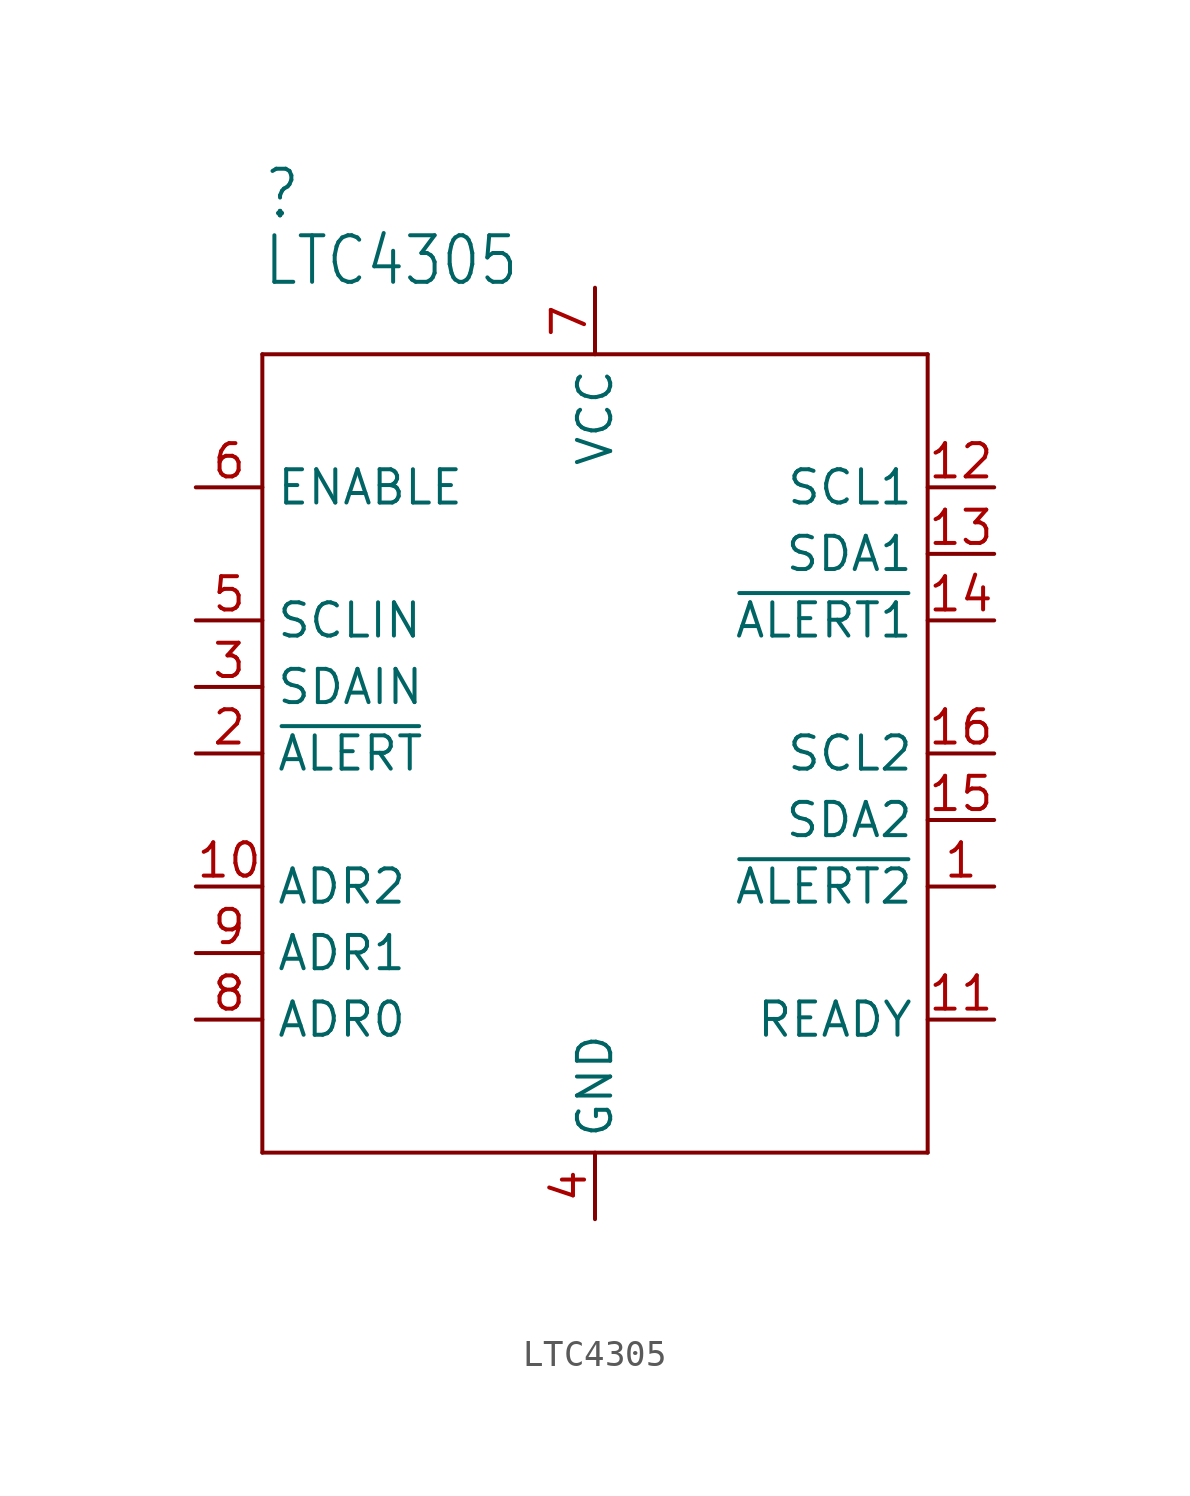
<source format=kicad_sym>
(kicad_symbol_lib
  (version 20220914)
  (generator kicad_symbol_editor)
  (symbol "LTC4305"
    (property "Reference" ""
      (at -12.7 20.32 0)
      (effects (font (size 1.778 1.511)) (justify left bottom)))
    (property "Value" "LTC4305"
      (at -12.7 17.78 0)
      (effects (font (size 1.778 1.511)) (justify left bottom)))
    (property "ki_locked" ""
      (at 0 0 0)
      (effects (font (size 1.27 1.27))))
    (symbol "LTC4305_1_0"
      (polyline (pts (xy -12.7 -15.24) (xy 12.7 -15.24)) (stroke (width 0.152) (type default)) (fill (type none)))
      (polyline (pts (xy -12.7 15.24) (xy -12.7 -15.24)) (stroke (width 0.152) (type default)) (fill (type none)))
      (polyline (pts (xy 12.7 -15.24) (xy 12.7 15.24)) (stroke (width 0.152) (type default)) (fill (type none)))
      (polyline (pts (xy 12.7 15.24) (xy -12.7 15.24)) (stroke (width 0.152) (type default)) (fill (type none)))
      (pin input line (at 15.24 -5.08 180) (length 2.54) (name "~{ALERT2}" (effects (font (size 1.27 1.27)))) (number "1" (effects (font (size 1.27 1.27)))))
      (pin input line (at -15.24 -5.08 0) (length 2.54) (name "ADR2" (effects (font (size 1.27 1.27)))) (number "10" (effects (font (size 1.27 1.27)))))
      (pin output line (at 15.24 -10.16 180) (length 2.54) (name "READY" (effects (font (size 1.27 1.27)))) (number "11" (effects (font (size 1.27 1.27)))))
      (pin bidirectional line (at 15.24 10.16 180) (length 2.54) (name "SCL1" (effects (font (size 1.27 1.27)))) (number "12" (effects (font (size 1.27 1.27)))))
      (pin bidirectional line (at 15.24 7.62 180) (length 2.54) (name "SDA1" (effects (font (size 1.27 1.27)))) (number "13" (effects (font (size 1.27 1.27)))))
      (pin input line (at 15.24 5.08 180) (length 2.54) (name "~{ALERT1}" (effects (font (size 1.27 1.27)))) (number "14" (effects (font (size 1.27 1.27)))))
      (pin bidirectional line (at 15.24 -2.54 180) (length 2.54) (name "SDA2" (effects (font (size 1.27 1.27)))) (number "15" (effects (font (size 1.27 1.27)))))
      (pin bidirectional line (at 15.24 0 180) (length 2.54) (name "SCL2" (effects (font (size 1.27 1.27)))) (number "16" (effects (font (size 1.27 1.27)))))
      (pin output line (at -15.24 0 0) (length 2.54) (name "~{ALERT}" (effects (font (size 1.27 1.27)))) (number "2" (effects (font (size 1.27 1.27)))))
      (pin bidirectional line (at -15.24 2.54 0) (length 2.54) (name "SDAIN" (effects (font (size 1.27 1.27)))) (number "3" (effects (font (size 1.27 1.27)))))
      (pin power_in line (at 0 -17.78 90) (length 2.54) (name "GND" (effects (font (size 1.27 1.27)))) (number "4" (effects (font (size 1.27 1.27)))))
      (pin bidirectional line (at -15.24 5.08 0) (length 2.54) (name "SCLIN" (effects (font (size 1.27 1.27)))) (number "5" (effects (font (size 1.27 1.27)))))
      (pin input line (at -15.24 10.16 0) (length 2.54) (name "ENABLE" (effects (font (size 1.27 1.27)))) (number "6" (effects (font (size 1.27 1.27)))))
      (pin power_in line (at 0 17.78 270) (length 2.54) (name "VCC" (effects (font (size 1.27 1.27)))) (number "7" (effects (font (size 1.27 1.27)))))
      (pin input line (at -15.24 -10.16 0) (length 2.54) (name "ADR0" (effects (font (size 1.27 1.27)))) (number "8" (effects (font (size 1.27 1.27)))))
      (pin input line (at -15.24 -7.62 0) (length 2.54) (name "ADR1" (effects (font (size 1.27 1.27)))) (number "9" (effects (font (size 1.27 1.27))))))))
</source>
